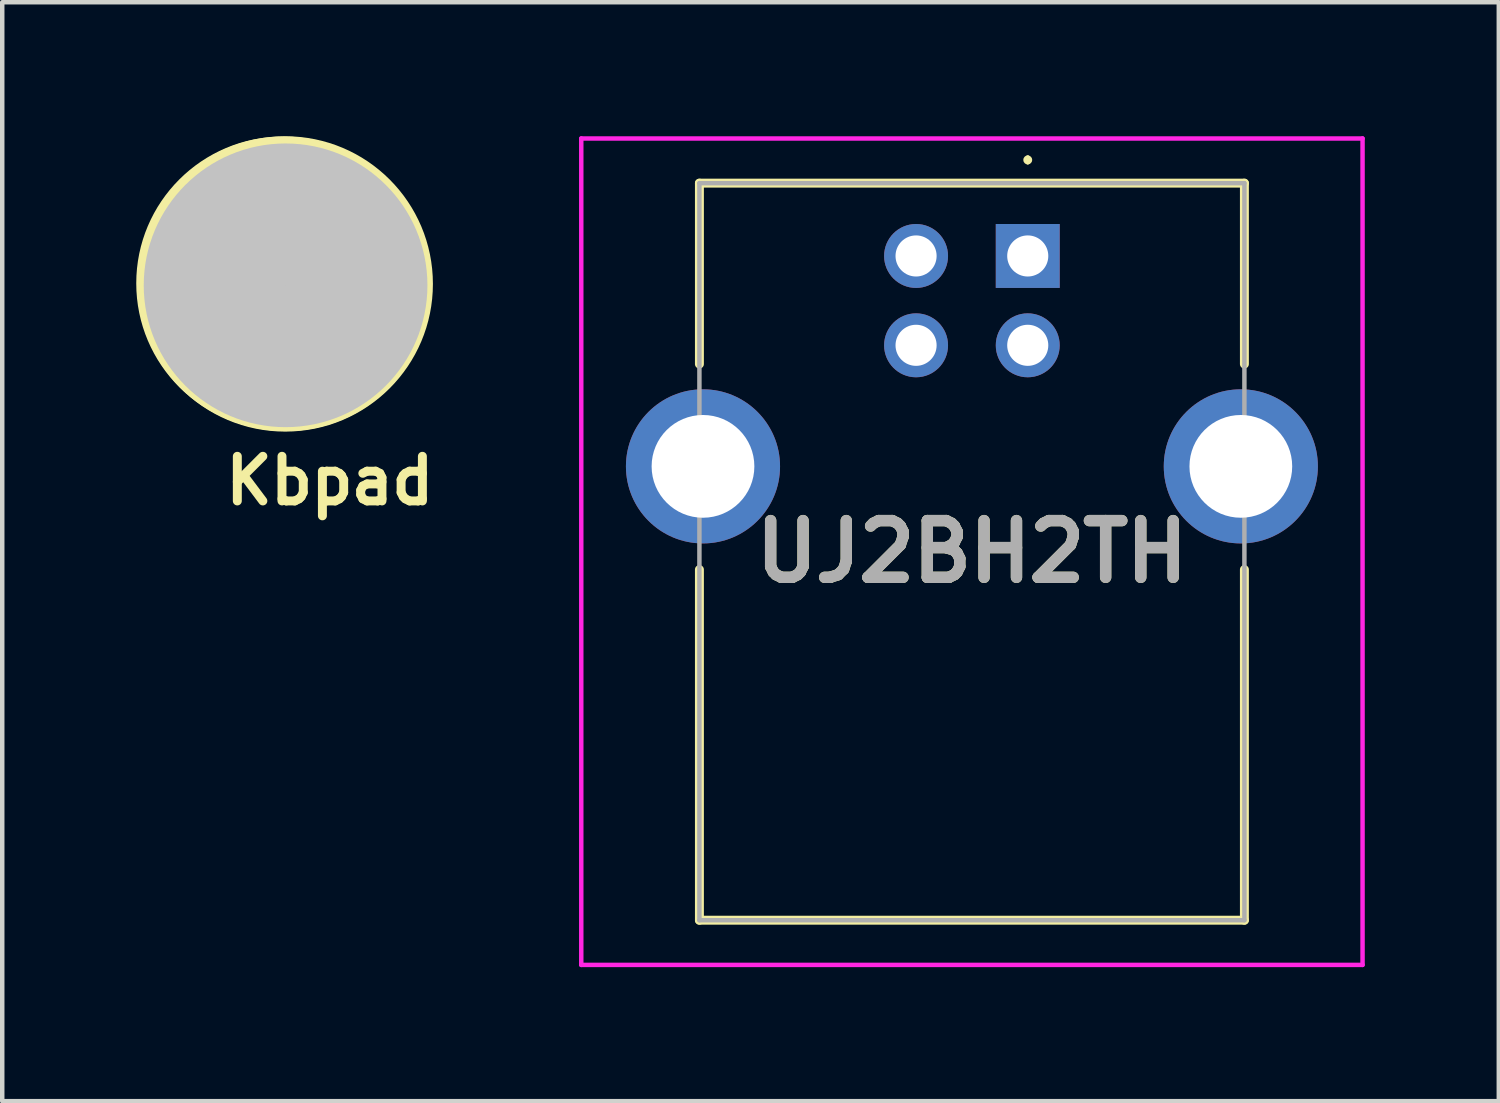
<source format=kicad_pcb>
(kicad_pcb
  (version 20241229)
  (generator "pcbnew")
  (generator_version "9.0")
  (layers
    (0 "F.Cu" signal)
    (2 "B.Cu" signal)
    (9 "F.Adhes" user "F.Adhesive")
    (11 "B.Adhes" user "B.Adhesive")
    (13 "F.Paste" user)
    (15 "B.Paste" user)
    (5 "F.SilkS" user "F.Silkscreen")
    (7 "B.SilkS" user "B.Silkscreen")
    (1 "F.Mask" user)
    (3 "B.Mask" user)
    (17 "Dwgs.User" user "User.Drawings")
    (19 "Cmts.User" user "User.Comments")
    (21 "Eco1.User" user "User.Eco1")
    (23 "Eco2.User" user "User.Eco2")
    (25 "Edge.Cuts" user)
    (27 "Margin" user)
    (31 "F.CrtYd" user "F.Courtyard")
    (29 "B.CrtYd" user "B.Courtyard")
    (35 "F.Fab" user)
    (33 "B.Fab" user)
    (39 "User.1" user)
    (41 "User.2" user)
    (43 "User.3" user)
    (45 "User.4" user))
  (footprint "UJ2BH2TH"
    (layer "F.Cu")
    (at 19.957 2.68)
    (property "Reference" "UJ2BH2TH" (at -1.25 6.62 0) (layer "F.SilkS") (effects (font (size 1.27 1.27) (thickness 0.254))))
    (attr through_hole)
    (fp_line (start -7.35 -1.63) (end 4.85 -1.63) (stroke (width 0.2) (type solid)) (layer "F.SilkS"))
    (fp_line (start -7.35 2.42) (end -7.35 -1.63) (stroke (width 0.2) (type solid)) (layer "F.SilkS"))
    (fp_line (start -7.35 7.02) (end -7.35 14.87) (stroke (width 0.2) (type solid)) (layer "F.SilkS"))
    (fp_line (start -7.35 14.87) (end 4.85 14.87) (stroke (width 0.2) (type solid)) (layer "F.SilkS"))
    (fp_line (start 0 -2.2) (end 0 -2.2) (stroke (width 0.1) (type solid)) (layer "F.SilkS"))
    (fp_line (start 0 -2.1) (end 0 -2.1) (stroke (width 0.1) (type solid)) (layer "F.SilkS"))
    (fp_line (start 4.85 -1.63) (end 4.85 2.42) (stroke (width 0.2) (type solid)) (layer "F.SilkS"))
    (fp_line (start 4.85 14.87) (end 4.85 7.02) (stroke (width 0.2) (type solid)) (layer "F.SilkS"))
    (fp_arc (start 0 -2.2) (mid 0.05 -2.15) (end 0 -2.1) (stroke (width 0.1) (type solid)) (layer "F.SilkS"))
    (fp_arc (start 0 -2.1) (mid -0.05 -2.15) (end 0 -2.2) (stroke (width 0.1) (type solid)) (layer "F.SilkS"))
    (fp_line (start -9.995 -2.63) (end 7.495 -2.63) (stroke (width 0.1) (type solid)) (layer "F.CrtYd"))
    (fp_line (start -9.995 15.87) (end -9.995 -2.63) (stroke (width 0.1) (type solid)) (layer "F.CrtYd"))
    (fp_line (start 7.495 -2.63) (end 7.495 15.87) (stroke (width 0.1) (type solid)) (layer "F.CrtYd"))
    (fp_line (start 7.495 15.87) (end -9.995 15.87) (stroke (width 0.1) (type solid)) (layer "F.CrtYd"))
    (fp_line (start -7.35 -1.63) (end 4.85 -1.63) (stroke (width 0.1) (type solid)) (layer "F.Fab"))
    (fp_line (start -7.35 14.87) (end -7.35 -1.63) (stroke (width 0.1) (type solid)) (layer "F.Fab"))
    (fp_line (start 4.85 -1.63) (end 4.85 14.87) (stroke (width 0.1) (type solid)) (layer "F.Fab"))
    (fp_line (start 4.85 14.87) (end -7.35 14.87) (stroke (width 0.1) (type solid)) (layer "F.Fab"))
    (fp_text user "${REFERENCE}" (at -1.25 6.62 0) (layer "F.Fab") (effects (font (size 1.27 1.27) (thickness 0.254))))
    (pad "1" thru_hole rect (at 0 0) (size 1.431 1.431) (drill 0.92) (layers "*.Cu" "*.Mask"))
    (pad "2" thru_hole circle (at -2.5 0) (size 1.431 1.431) (drill 0.92) (layers "*.Cu" "*.Mask"))
    (pad "3" thru_hole circle (at -2.5 2) (size 1.431 1.431) (drill 0.92) (layers "*.Cu" "*.Mask"))
    (pad "4" thru_hole circle (at 0 2) (size 1.431 1.431) (drill 0.92) (layers "*.Cu" "*.Mask"))
    (pad "MH1" thru_hole circle (at -7.27 4.71) (size 3.45 3.45) (drill 2.3) (layers "*.Cu" "*.Mask"))
    (pad "MH2" thru_hole circle (at 4.77 4.71) (size 3.45 3.45) (drill 2.3) (layers "*.Cu" "*.Mask")))
  (footprint "Kbpad"
    (layer "F.Cu")
    (at 3.163 3.217)
    (property "Reference" "Kbpad" (at -1.27 5.08 180) (layer "F.SilkS") (effects (font (size 1 1) (thickness 0.2)) (justify left bottom)))
    (attr through_hole)
    (fp_line (start -2.935 0.387) (end -2.998 0.155) (stroke (width 0.051) (type solid)) (layer "F.Cu"))
    (fp_line (start -2.678 0.358) (end -2.836 0.358) (stroke (width 0.254) (type solid)) (layer "F.Cu"))
    (fp_line (start -2.678 0.358) (end -2.678 -0.753) (stroke (width 0.254) (type solid)) (layer "F.Cu"))
    (fp_line (start -2.201 -0.118) (end -2.201 -0.753) (stroke (width 0.254) (type solid)) (layer "F.Cu"))
    (fp_line (start -2.201 0.358) (end -2.678 0.358) (stroke (width 0.254) (type solid)) (layer "F.Cu"))
    (fp_line (start -2.201 0.358) (end -2.201 0.834) (stroke (width 0.254) (type solid)) (layer "F.Cu"))
    (fp_line (start -1.725 -0.594) (end -1.725 -2.341) (stroke (width 0.254) (type solid)) (layer "F.Cu"))
    (fp_line (start -1.725 0.834) (end -1.725 2.422) (stroke (width 0.254) (type solid)) (layer "F.Cu"))
    (fp_line (start -1.249 -0.118) (end -2.201 -0.118) (stroke (width 0.254) (type solid)) (layer "F.Cu"))
    (fp_line (start -1.249 -0.118) (end -1.249 -1.864) (stroke (width 0.254) (type solid)) (layer "F.Cu"))
    (fp_line (start -1.249 0.358) (end -2.201 0.358) (stroke (width 0.254) (type solid)) (layer "F.Cu"))
    (fp_line (start -1.249 0.358) (end -1.249 2.104) (stroke (width 0.254) (type solid)) (layer "F.Cu"))
    (fp_line (start -0.772 -0.594) (end -0.772 -2.817) (stroke (width 0.254) (type solid)) (layer "F.Cu"))
    (fp_line (start -0.772 0.834) (end -0.772 2.898) (stroke (width 0.254) (type solid)) (layer "F.Cu"))
    (fp_line (start -0.296 -0.118) (end -1.249 -0.118) (stroke (width 0.254) (type solid)) (layer "F.Cu"))
    (fp_line (start -0.296 -0.118) (end -0.296 -2.182) (stroke (width 0.254) (type solid)) (layer "F.Cu"))
    (fp_line (start -0.296 0.358) (end -1.249 0.358) (stroke (width 0.254) (type solid)) (layer "F.Cu"))
    (fp_line (start -0.296 0.358) (end -0.296 2.422) (stroke (width 0.254) (type solid)) (layer "F.Cu"))
    (fp_line (start 0.18 -0.594) (end 0.18 -2.976) (stroke (width 0.254) (type solid)) (layer "F.Cu"))
    (fp_line (start 0.18 3.057) (end 0.18 0.834) (stroke (width 0.254) (type solid)) (layer "F.Cu"))
    (fp_line (start 0.656 -0.118) (end -0.296 -0.118) (stroke (width 0.254) (type solid)) (layer "F.Cu"))
    (fp_line (start 0.656 -0.118) (end 0.656 -2.182) (stroke (width 0.254) (type solid)) (layer "F.Cu"))
    (fp_line (start 0.656 0.358) (end -0.296 0.358) (stroke (width 0.254) (type solid)) (layer "F.Cu"))
    (fp_line (start 0.656 0.358) (end 0.656 2.422) (stroke (width 0.254) (type solid)) (layer "F.Cu"))
    (fp_line (start 1.133 -0.594) (end 1.133 -2.817) (stroke (width 0.254) (type solid)) (layer "F.Cu"))
    (fp_line (start 1.133 0.517) (end 1.133 2.898) (stroke (width 0.254) (type solid)) (layer "F.Cu"))
    (fp_line (start 1.609 -0.118) (end 0.656 -0.118) (stroke (width 0.254) (type solid)) (layer "F.Cu"))
    (fp_line (start 1.609 -0.118) (end 1.609 -1.864) (stroke (width 0.254) (type solid)) (layer "F.Cu"))
    (fp_line (start 1.609 0.358) (end 0.656 0.358) (stroke (width 0.254) (type solid)) (layer "F.Cu"))
    (fp_line (start 1.609 0.358) (end 1.609 2.104) (stroke (width 0.254) (type solid)) (layer "F.Cu"))
    (fp_line (start 2.085 -0.594) (end 2.085 -2.341) (stroke (width 0.254) (type solid)) (layer "F.Cu"))
    (fp_line (start 2.085 0.834) (end 2.085 2.422) (stroke (width 0.254) (type solid)) (layer "F.Cu"))
    (fp_line (start 2.561 -0.118) (end 1.609 -0.118) (stroke (width 0.254) (type solid)) (layer "F.Cu"))
    (fp_line (start 2.561 -0.118) (end 2.561 -0.594) (stroke (width 0.254) (type solid)) (layer "F.Cu"))
    (fp_line (start 2.561 -0.118) (end 3.038 -0.118) (stroke (width 0.254) (type solid)) (layer "F.Cu"))
    (fp_line (start 2.561 0.358) (end 1.609 0.358) (stroke (width 0.254) (type solid)) (layer "F.Cu"))
    (fp_line (start 2.561 0.358) (end 2.561 0.993) (stroke (width 0.254) (type solid)) (layer "F.Cu"))
    (fp_line (start 3.038 -0.118) (end 3.038 0.993) (stroke (width 0.254) (type solid)) (layer "F.Cu"))
    (fp_line (start 3.038 -0.118) (end 3.196 -0.118) (stroke (width 0.254) (type solid)) (layer "F.Cu"))
    (fp_line (start 3.282 -0.147) (end 3.342 0.076) (stroke (width 0.076) (type solid)) (layer "F.Cu"))
    (fp_arc (start -2.83625 0.12) (mid -0.30457 -2.854955) (end 3.0375 -0.8325) (stroke (width 0.381) (type solid)) (layer "F.Cu"))
    (fp_arc (start 3.19625 0.12) (mid 0.66457 3.094955) (end -2.6775 1.0725) (stroke (width 0.381) (type solid)) (layer "F.Cu"))
    (fp_circle (center 0.18 0.12) (end 1.73 0.12) (stroke (width 3.1) (type solid)) (fill no) (layer "F.Mask"))
    (fp_circle (center 0.123 0.075) (end 3.309 0.075) (stroke (width 0.2) (type solid)) (fill no) (layer "F.SilkS"))
    (fp_circle (center 0.172 0.089) (end 3.378 0.089) (stroke (width 0.2) (type solid)) (fill no) (layer "F.SilkS"))
    (fp_circle (center 0.18 0.12) (end 3.38 0.12) (stroke (width 0.127) (type solid)) (fill no) (layer "F.SilkS"))
    (fp_circle (center 0.18 0.12) (end 1.768 0.12) (stroke (width 3.175) (type solid)) (fill no) (layer "Dwgs.User"))
    (pad "1" smd rect (at -1.725 2.422) (size 0.025 0.025) (layers "F.Cu" "F.Mask" "F.Paste"))
    (pad "2" smd rect (at -2.201 -0.118) (size 0.025 0.025) (layers "F.Cu" "F.Mask" "F.Paste"))
    (pad "P1" smd rect (at -2.836 0.12 90) (size 0.305 0.152) (layers "F.Cu" "F.Mask"))
    (pad "P2" smd rect (at 3.196 -0.039 90) (size 0.305 0.152) (layers "F.Cu" "F.Mask")))
  (gr_rect
    (start -3 -3)
    (end 30.502 21.6)
    (stroke (width 0.1) (type default))
    (fill no)
    (layer "Edge.Cuts")))
</source>
